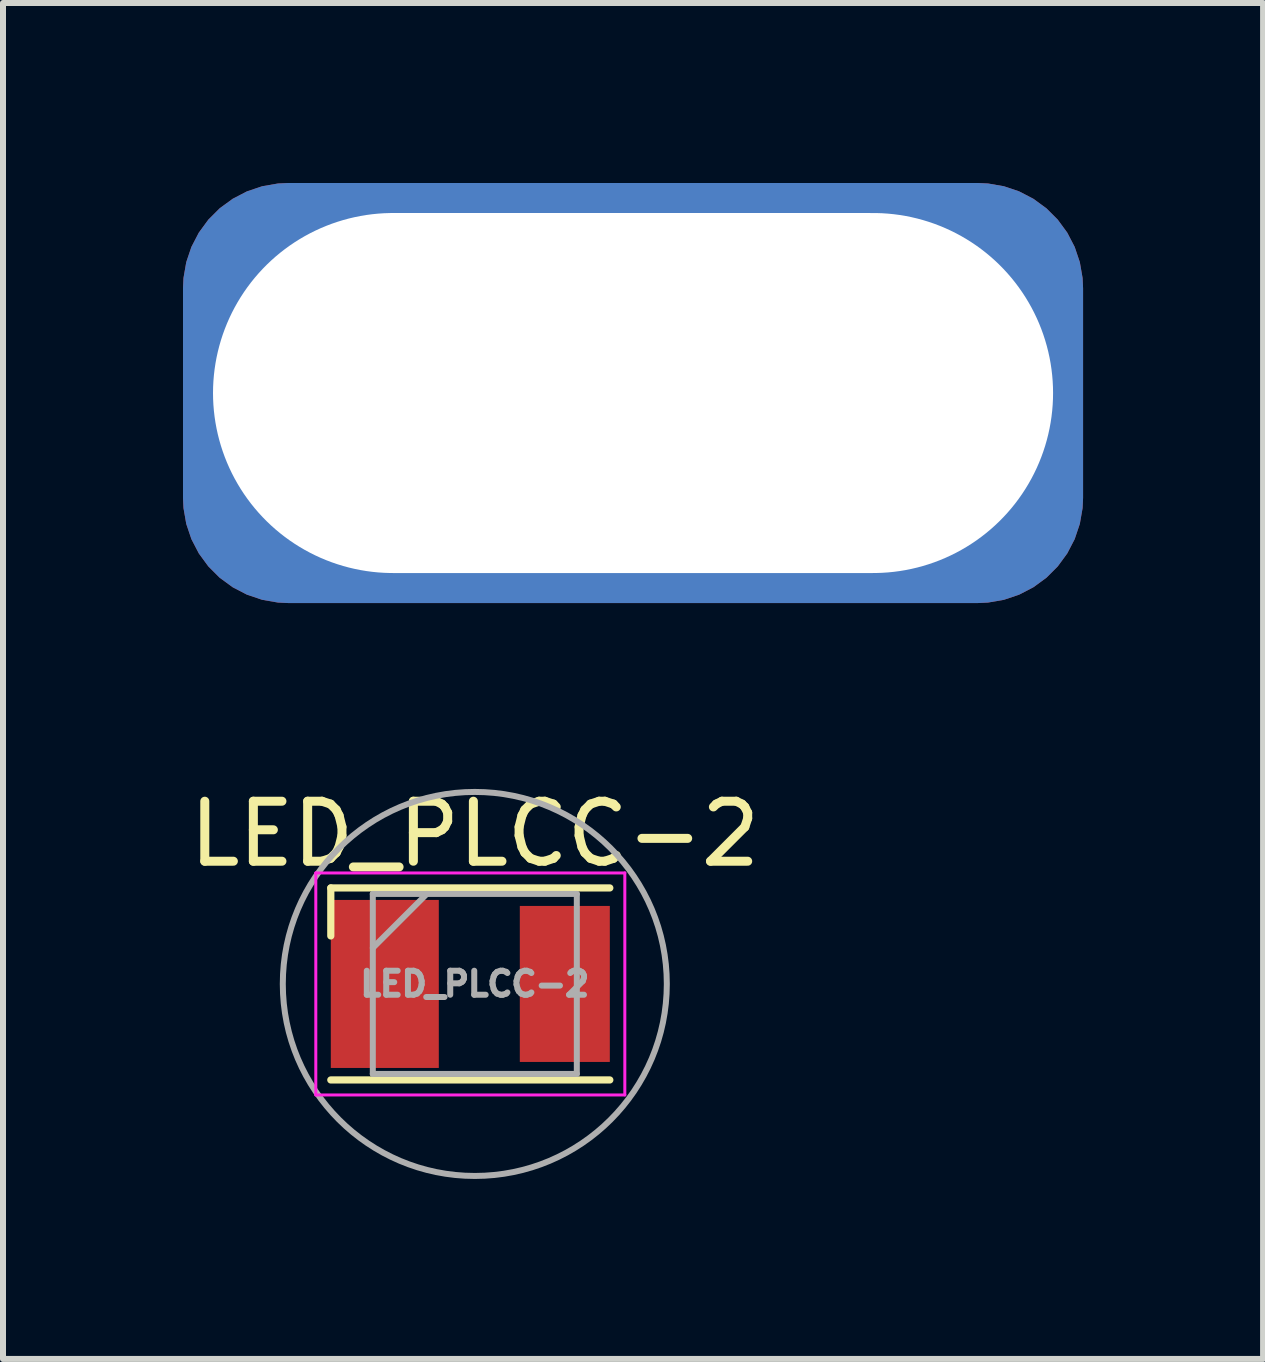
<source format=kicad_pcb>
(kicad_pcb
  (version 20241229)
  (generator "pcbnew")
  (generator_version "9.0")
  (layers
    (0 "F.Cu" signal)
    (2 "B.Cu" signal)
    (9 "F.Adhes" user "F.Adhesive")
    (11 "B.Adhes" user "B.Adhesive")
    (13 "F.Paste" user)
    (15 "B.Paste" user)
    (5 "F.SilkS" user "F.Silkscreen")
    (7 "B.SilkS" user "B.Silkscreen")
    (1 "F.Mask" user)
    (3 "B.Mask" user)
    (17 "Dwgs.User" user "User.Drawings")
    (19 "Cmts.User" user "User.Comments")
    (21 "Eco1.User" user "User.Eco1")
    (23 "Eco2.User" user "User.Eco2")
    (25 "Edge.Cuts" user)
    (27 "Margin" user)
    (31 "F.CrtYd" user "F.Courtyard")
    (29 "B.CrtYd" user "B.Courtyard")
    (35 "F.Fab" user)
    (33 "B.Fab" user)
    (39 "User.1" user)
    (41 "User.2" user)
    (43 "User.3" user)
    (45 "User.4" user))
  (footprint "LED_PLCC-2"
    (layer "F.Cu")
    (at 4.863 13.348)
    (property "Reference" "LED_PLCC-2" (at 0 -2.5 0) (layer "F.SilkS") (effects (font (size 1 1) (thickness 0.15))))
    (attr smd)
    (fp_line (start -2.4 -1.6) (end -2.4 -0.8) (stroke (width 0.12) (type solid)) (layer "F.SilkS"))
    (fp_line (start 2.25 -1.6) (end -2.4 -1.6) (stroke (width 0.12) (type solid)) (layer "F.SilkS"))
    (fp_line (start 2.25 1.6) (end -2.4 1.6) (stroke (width 0.12) (type solid)) (layer "F.SilkS"))
    (fp_line (start -2.65 -1.85) (end 2.5 -1.85) (stroke (width 0.05) (type solid)) (layer "F.CrtYd"))
    (fp_line (start -2.65 1.85) (end -2.65 -1.85) (stroke (width 0.05) (type solid)) (layer "F.CrtYd"))
    (fp_line (start 2.5 -1.85) (end 2.5 1.85) (stroke (width 0.05) (type solid)) (layer "F.CrtYd"))
    (fp_line (start 2.5 1.85) (end -2.65 1.85) (stroke (width 0.05) (type solid)) (layer "F.CrtYd"))
    (fp_line (start -1.7 -1.5) (end -1.7 1.5) (stroke (width 0.1) (type solid)) (layer "F.Fab"))
    (fp_line (start -1.7 -0.6) (end -0.8 -1.5) (stroke (width 0.1) (type solid)) (layer "F.Fab"))
    (fp_line (start -1.7 1.5) (end 1.7 1.5) (stroke (width 0.1) (type solid)) (layer "F.Fab"))
    (fp_line (start 1.7 -1.5) (end -1.7 -1.5) (stroke (width 0.1) (type solid)) (layer "F.Fab"))
    (fp_line (start 1.7 1.5) (end 1.7 -1.5) (stroke (width 0.1) (type solid)) (layer "F.Fab"))
    (fp_circle (center 0 0) (end 3.2 0) (stroke (width 0.1) (type solid)) (fill no) (layer "F.Fab"))
    (fp_text user "${REFERENCE}" (at 0 0 0) (layer "F.Fab") (effects (font (size 0.4 0.4) (thickness 0.1))))
    (pad "1" smd rect (at -1.5 0) (size 1.8 2.8) (layers "F.Cu" "F.Mask" "F.Paste"))
    (pad "2" smd rect (at 1.5 0) (size 1.5 2.6) (layers "F.Cu" "F.Mask" "F.Paste")))
  (footprint "Hole_Big"
    (layer "F.Cu")
    (at 7.5 3.5)
    (property "Reference" "Hole_Big" (at 0 0.5 0) (layer "F.SilkS") (effects (font (size 1 1) (thickness 0.15))))
    (attr through_hole)
    (pad "1" thru_hole roundrect (at 0 0) (size 15 7) (drill oval 14 6) (layers "*.Cu" "*.Mask") (roundrect_rratio 0.25)))
  (gr_rect
    (start -3 -3)
    (end 18 19.598)
    (stroke (width 0.1) (type default))
    (fill no)
    (layer "Edge.Cuts")))
</source>
